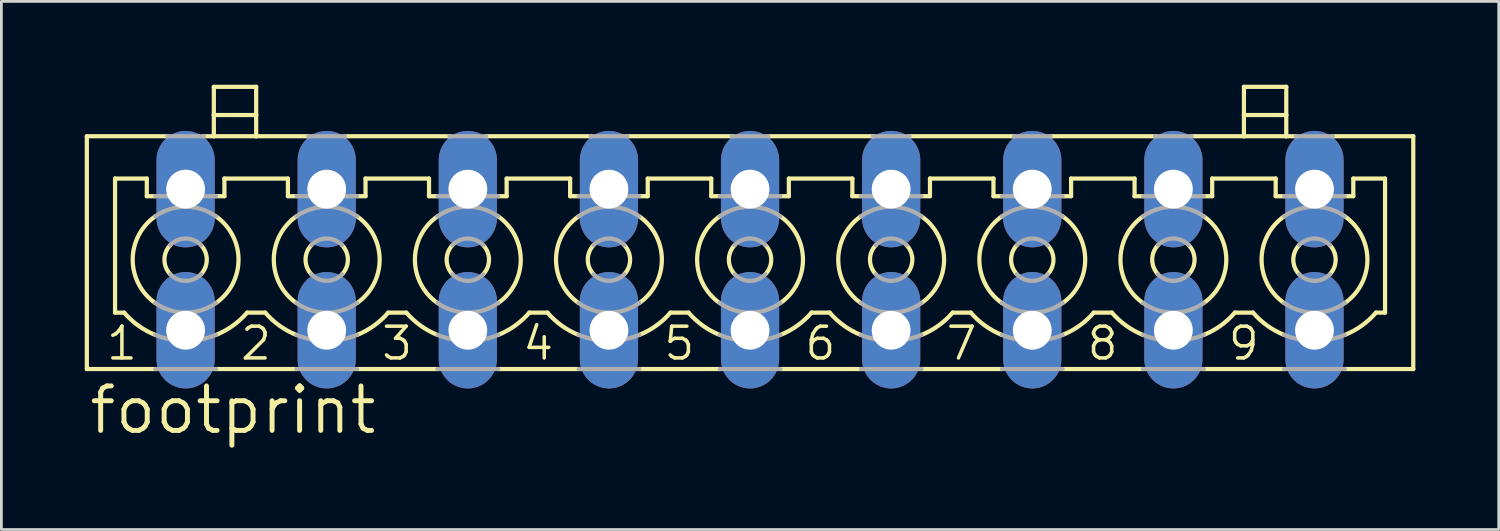
<source format=kicad_pcb>
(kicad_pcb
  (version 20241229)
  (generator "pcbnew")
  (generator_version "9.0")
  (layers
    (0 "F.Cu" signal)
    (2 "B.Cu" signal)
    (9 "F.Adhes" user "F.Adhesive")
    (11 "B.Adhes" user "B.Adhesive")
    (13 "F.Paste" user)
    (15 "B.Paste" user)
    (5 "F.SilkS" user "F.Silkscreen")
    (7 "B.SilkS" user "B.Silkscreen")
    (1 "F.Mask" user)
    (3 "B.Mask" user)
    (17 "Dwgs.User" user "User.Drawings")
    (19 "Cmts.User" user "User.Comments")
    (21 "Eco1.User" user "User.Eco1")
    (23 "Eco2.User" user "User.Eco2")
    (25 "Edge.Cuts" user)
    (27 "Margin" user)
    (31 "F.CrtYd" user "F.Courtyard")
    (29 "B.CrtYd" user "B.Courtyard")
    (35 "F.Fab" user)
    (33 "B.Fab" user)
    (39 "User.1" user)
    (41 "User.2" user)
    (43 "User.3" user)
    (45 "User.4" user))
  (footprint "footprint"
    (layer "F.Cu")
    (at 23.952 6.299)
    (property "Reference" "footprint" (at -23.876 6.35 0) (layer "F.SilkS") (effects (font (size 1.6 1.6) (thickness 0.178)) (justify left bottom)))
    (fp_line (start -23.876 -4.445) (end -23.876 3.937) (stroke (width 0.152) (type solid)) (layer "F.SilkS"))
    (fp_line (start -23.876 -4.445) (end -20.98 -4.445) (stroke (width 0.152) (type solid)) (layer "F.SilkS"))
    (fp_line (start -23.876 3.937) (end -21.412 3.937) (stroke (width 0.152) (type solid)) (layer "F.SilkS"))
    (fp_line (start -22.86 -2.921) (end -22.86 1.905) (stroke (width 0.152) (type solid)) (layer "F.SilkS"))
    (fp_line (start -22.86 -2.921) (end -21.717 -2.921) (stroke (width 0.152) (type solid)) (layer "F.SilkS"))
    (fp_line (start -22.86 1.905) (end -22.534 1.905) (stroke (width 0.152) (type solid)) (layer "F.SilkS"))
    (fp_line (start -21.717 -2.286) (end -21.717 -2.921) (stroke (width 0.152) (type solid)) (layer "F.SilkS"))
    (fp_line (start -21.717 -2.286) (end -21.412 -2.286) (stroke (width 0.152) (type solid)) (layer "F.SilkS"))
    (fp_line (start -19.66 -4.445) (end -19.304 -4.445) (stroke (width 0.152) (type solid)) (layer "F.SilkS"))
    (fp_line (start -19.304 -5.207) (end -19.304 -6.223) (stroke (width 0.152) (type solid)) (layer "F.SilkS"))
    (fp_line (start -19.304 -5.207) (end -17.78 -5.207) (stroke (width 0.152) (type solid)) (layer "F.SilkS"))
    (fp_line (start -19.304 -4.445) (end -19.304 -5.207) (stroke (width 0.152) (type solid)) (layer "F.SilkS"))
    (fp_line (start -19.304 -4.445) (end -17.78 -4.445) (stroke (width 0.152) (type solid)) (layer "F.SilkS"))
    (fp_line (start -19.228 -2.286) (end -18.923 -2.286) (stroke (width 0.152) (type solid)) (layer "F.SilkS"))
    (fp_line (start -19.228 3.937) (end -16.332 3.937) (stroke (width 0.152) (type solid)) (layer "F.SilkS"))
    (fp_line (start -18.923 -2.921) (end -16.637 -2.921) (stroke (width 0.152) (type solid)) (layer "F.SilkS"))
    (fp_line (start -18.923 -2.286) (end -18.923 -2.921) (stroke (width 0.152) (type solid)) (layer "F.SilkS"))
    (fp_line (start -18.106 1.905) (end -17.454 1.905) (stroke (width 0.152) (type solid)) (layer "F.SilkS"))
    (fp_line (start -17.78 -6.223) (end -19.304 -6.223) (stroke (width 0.152) (type solid)) (layer "F.SilkS"))
    (fp_line (start -17.78 -5.207) (end -17.78 -6.223) (stroke (width 0.152) (type solid)) (layer "F.SilkS"))
    (fp_line (start -17.78 -4.445) (end -17.78 -5.207) (stroke (width 0.152) (type solid)) (layer "F.SilkS"))
    (fp_line (start -17.78 -4.445) (end -15.9 -4.445) (stroke (width 0.152) (type solid)) (layer "F.SilkS"))
    (fp_line (start -16.637 -2.286) (end -16.637 -2.921) (stroke (width 0.152) (type solid)) (layer "F.SilkS"))
    (fp_line (start -16.637 -2.286) (end -16.332 -2.286) (stroke (width 0.152) (type solid)) (layer "F.SilkS"))
    (fp_line (start -14.58 -4.445) (end -10.795 -4.445) (stroke (width 0.152) (type solid)) (layer "F.SilkS"))
    (fp_line (start -14.148 -2.286) (end -13.843 -2.286) (stroke (width 0.152) (type solid)) (layer "F.SilkS"))
    (fp_line (start -14.148 3.937) (end -11.252 3.937) (stroke (width 0.152) (type solid)) (layer "F.SilkS"))
    (fp_line (start -13.843 -2.921) (end -11.557 -2.921) (stroke (width 0.152) (type solid)) (layer "F.SilkS"))
    (fp_line (start -13.843 -2.286) (end -13.843 -2.921) (stroke (width 0.152) (type solid)) (layer "F.SilkS"))
    (fp_line (start -13.026 1.905) (end -12.374 1.905) (stroke (width 0.152) (type solid)) (layer "F.SilkS"))
    (fp_line (start -11.557 -2.286) (end -11.557 -2.921) (stroke (width 0.152) (type solid)) (layer "F.SilkS"))
    (fp_line (start -11.557 -2.286) (end -11.252 -2.286) (stroke (width 0.152) (type solid)) (layer "F.SilkS"))
    (fp_line (start -9.5 -4.445) (end -5.715 -4.445) (stroke (width 0.152) (type solid)) (layer "F.SilkS"))
    (fp_line (start -9.068 -2.286) (end -8.763 -2.286) (stroke (width 0.152) (type solid)) (layer "F.SilkS"))
    (fp_line (start -9.068 3.937) (end -6.172 3.937) (stroke (width 0.152) (type solid)) (layer "F.SilkS"))
    (fp_line (start -8.763 -2.921) (end -6.477 -2.921) (stroke (width 0.152) (type solid)) (layer "F.SilkS"))
    (fp_line (start -8.763 -2.286) (end -8.763 -2.921) (stroke (width 0.152) (type solid)) (layer "F.SilkS"))
    (fp_line (start -7.946 1.905) (end -7.294 1.905) (stroke (width 0.152) (type solid)) (layer "F.SilkS"))
    (fp_line (start -6.477 -2.286) (end -6.477 -2.921) (stroke (width 0.152) (type solid)) (layer "F.SilkS"))
    (fp_line (start -6.477 -2.286) (end -6.172 -2.286) (stroke (width 0.152) (type solid)) (layer "F.SilkS"))
    (fp_line (start -4.42 -4.445) (end -0.635 -4.445) (stroke (width 0.152) (type solid)) (layer "F.SilkS"))
    (fp_line (start -3.988 -2.286) (end -3.683 -2.286) (stroke (width 0.152) (type solid)) (layer "F.SilkS"))
    (fp_line (start -3.988 3.937) (end -1.092 3.937) (stroke (width 0.152) (type solid)) (layer "F.SilkS"))
    (fp_line (start -3.683 -2.921) (end -1.397 -2.921) (stroke (width 0.152) (type solid)) (layer "F.SilkS"))
    (fp_line (start -3.683 -2.286) (end -3.683 -2.921) (stroke (width 0.152) (type solid)) (layer "F.SilkS"))
    (fp_line (start -2.866 1.905) (end -2.214 1.905) (stroke (width 0.152) (type solid)) (layer "F.SilkS"))
    (fp_line (start -1.397 -2.286) (end -1.397 -2.921) (stroke (width 0.152) (type solid)) (layer "F.SilkS"))
    (fp_line (start -1.397 -2.286) (end -1.092 -2.286) (stroke (width 0.152) (type solid)) (layer "F.SilkS"))
    (fp_line (start 0.66 -4.445) (end 4.445 -4.445) (stroke (width 0.152) (type solid)) (layer "F.SilkS"))
    (fp_line (start 1.092 -2.286) (end 1.397 -2.286) (stroke (width 0.152) (type solid)) (layer "F.SilkS"))
    (fp_line (start 1.092 3.937) (end 3.988 3.937) (stroke (width 0.152) (type solid)) (layer "F.SilkS"))
    (fp_line (start 1.397 -2.921) (end 3.683 -2.921) (stroke (width 0.152) (type solid)) (layer "F.SilkS"))
    (fp_line (start 1.397 -2.286) (end 1.397 -2.921) (stroke (width 0.152) (type solid)) (layer "F.SilkS"))
    (fp_line (start 2.214 1.905) (end 2.866 1.905) (stroke (width 0.152) (type solid)) (layer "F.SilkS"))
    (fp_line (start 3.683 -2.286) (end 3.683 -2.921) (stroke (width 0.152) (type solid)) (layer "F.SilkS"))
    (fp_line (start 3.683 -2.286) (end 3.988 -2.286) (stroke (width 0.152) (type solid)) (layer "F.SilkS"))
    (fp_line (start 5.74 -4.445) (end 9.525 -4.445) (stroke (width 0.152) (type solid)) (layer "F.SilkS"))
    (fp_line (start 6.172 -2.286) (end 6.477 -2.286) (stroke (width 0.152) (type solid)) (layer "F.SilkS"))
    (fp_line (start 6.172 3.937) (end 9.068 3.937) (stroke (width 0.152) (type solid)) (layer "F.SilkS"))
    (fp_line (start 6.477 -2.921) (end 8.763 -2.921) (stroke (width 0.152) (type solid)) (layer "F.SilkS"))
    (fp_line (start 6.477 -2.286) (end 6.477 -2.921) (stroke (width 0.152) (type solid)) (layer "F.SilkS"))
    (fp_line (start 7.294 1.905) (end 7.946 1.905) (stroke (width 0.152) (type solid)) (layer "F.SilkS"))
    (fp_line (start 8.763 -2.286) (end 8.763 -2.921) (stroke (width 0.152) (type solid)) (layer "F.SilkS"))
    (fp_line (start 8.763 -2.286) (end 9.068 -2.286) (stroke (width 0.152) (type solid)) (layer "F.SilkS"))
    (fp_line (start 10.82 -4.445) (end 14.605 -4.445) (stroke (width 0.152) (type solid)) (layer "F.SilkS"))
    (fp_line (start 11.252 -2.286) (end 11.557 -2.286) (stroke (width 0.152) (type solid)) (layer "F.SilkS"))
    (fp_line (start 11.252 3.937) (end 14.148 3.937) (stroke (width 0.152) (type solid)) (layer "F.SilkS"))
    (fp_line (start 11.557 -2.921) (end 13.843 -2.921) (stroke (width 0.152) (type solid)) (layer "F.SilkS"))
    (fp_line (start 11.557 -2.286) (end 11.557 -2.921) (stroke (width 0.152) (type solid)) (layer "F.SilkS"))
    (fp_line (start 12.374 1.905) (end 13.026 1.905) (stroke (width 0.152) (type solid)) (layer "F.SilkS"))
    (fp_line (start 13.843 -2.286) (end 13.843 -2.921) (stroke (width 0.152) (type solid)) (layer "F.SilkS"))
    (fp_line (start 13.843 -2.286) (end 14.148 -2.286) (stroke (width 0.152) (type solid)) (layer "F.SilkS"))
    (fp_line (start 15.9 -4.445) (end 17.78 -4.445) (stroke (width 0.152) (type solid)) (layer "F.SilkS"))
    (fp_line (start 16.332 -2.286) (end 16.637 -2.286) (stroke (width 0.152) (type solid)) (layer "F.SilkS"))
    (fp_line (start 16.332 3.937) (end 19.228 3.937) (stroke (width 0.152) (type solid)) (layer "F.SilkS"))
    (fp_line (start 16.637 -2.921) (end 18.923 -2.921) (stroke (width 0.152) (type solid)) (layer "F.SilkS"))
    (fp_line (start 16.637 -2.286) (end 16.637 -2.921) (stroke (width 0.152) (type solid)) (layer "F.SilkS"))
    (fp_line (start 17.454 1.905) (end 18.106 1.905) (stroke (width 0.152) (type solid)) (layer "F.SilkS"))
    (fp_line (start 17.78 -5.207) (end 17.78 -6.223) (stroke (width 0.152) (type solid)) (layer "F.SilkS"))
    (fp_line (start 17.78 -5.207) (end 19.304 -5.207) (stroke (width 0.152) (type solid)) (layer "F.SilkS"))
    (fp_line (start 17.78 -4.445) (end 17.78 -5.207) (stroke (width 0.152) (type solid)) (layer "F.SilkS"))
    (fp_line (start 17.78 -4.445) (end 19.304 -4.445) (stroke (width 0.152) (type solid)) (layer "F.SilkS"))
    (fp_line (start 18.923 -2.286) (end 18.923 -2.921) (stroke (width 0.152) (type solid)) (layer "F.SilkS"))
    (fp_line (start 18.923 -2.286) (end 19.228 -2.286) (stroke (width 0.152) (type solid)) (layer "F.SilkS"))
    (fp_line (start 19.304 -6.223) (end 17.78 -6.223) (stroke (width 0.152) (type solid)) (layer "F.SilkS"))
    (fp_line (start 19.304 -5.207) (end 19.304 -6.223) (stroke (width 0.152) (type solid)) (layer "F.SilkS"))
    (fp_line (start 19.304 -4.445) (end 19.304 -5.207) (stroke (width 0.152) (type solid)) (layer "F.SilkS"))
    (fp_line (start 19.304 -4.445) (end 19.66 -4.445) (stroke (width 0.152) (type solid)) (layer "F.SilkS"))
    (fp_line (start 20.98 -4.445) (end 23.876 -4.445) (stroke (width 0.152) (type solid)) (layer "F.SilkS"))
    (fp_line (start 21.412 -2.286) (end 21.717 -2.286) (stroke (width 0.152) (type solid)) (layer "F.SilkS"))
    (fp_line (start 21.412 3.937) (end 23.876 3.937) (stroke (width 0.152) (type solid)) (layer "F.SilkS"))
    (fp_line (start 21.717 -2.921) (end 22.86 -2.921) (stroke (width 0.152) (type solid)) (layer "F.SilkS"))
    (fp_line (start 21.717 -2.286) (end 21.717 -2.921) (stroke (width 0.152) (type solid)) (layer "F.SilkS"))
    (fp_line (start 22.534 1.905) (end 22.86 1.905) (stroke (width 0.152) (type solid)) (layer "F.SilkS"))
    (fp_line (start 22.86 1.905) (end 22.86 -2.921) (stroke (width 0.152) (type solid)) (layer "F.SilkS"))
    (fp_line (start 23.876 -4.445) (end 23.876 3.937) (stroke (width 0.152) (type solid)) (layer "F.SilkS"))
    (fp_arc (start -21.412199 1.560801) (mid -22.224993 0.000001) (end -21.4122 -1.5608) (stroke (width 0.1524) (type solid)) (layer "F.SilkS"))
    (fp_arc (start -21.4118 2.7092) (mid -22.021094 2.374351) (end -22.534 1.905) (stroke (width 0.1524) (type solid)) (layer "F.SilkS"))
    (fp_arc (start -20.8714 0.526) (mid -21.082049 0) (end -20.8714 -0.526) (stroke (width 0.1524) (type solid)) (layer "F.SilkS"))
    (fp_arc (start -19.768599 -0.525999) (mid -19.557951 0.000001) (end -19.7686 0.526) (stroke (width 0.1524) (type solid)) (layer "F.SilkS"))
    (fp_arc (start -19.2278 -1.5608) (mid -18.415007 0) (end -19.2278 1.5608) (stroke (width 0.1524) (type solid)) (layer "F.SilkS"))
    (fp_arc (start -18.1055 1.9051) (mid -18.618459 2.374412) (end -19.2278 2.7092) (stroke (width 0.1524) (type solid)) (layer "F.SilkS"))
    (fp_arc (start -16.332199 1.560801) (mid -17.144993 0.000001) (end -16.3322 -1.5608) (stroke (width 0.1524) (type solid)) (layer "F.SilkS"))
    (fp_arc (start -16.3318 2.7092) (mid -16.941094 2.374351) (end -17.454 1.905) (stroke (width 0.1524) (type solid)) (layer "F.SilkS"))
    (fp_arc (start -15.7914 0.526) (mid -16.002049 0) (end -15.7914 -0.526) (stroke (width 0.1524) (type solid)) (layer "F.SilkS"))
    (fp_arc (start -14.688599 -0.525999) (mid -14.477951 0.000001) (end -14.6886 0.526) (stroke (width 0.1524) (type solid)) (layer "F.SilkS"))
    (fp_arc (start -14.1478 -1.5608) (mid -13.335007 0) (end -14.1478 1.5608) (stroke (width 0.1524) (type solid)) (layer "F.SilkS"))
    (fp_arc (start -13.0255 1.9051) (mid -13.538459 2.374412) (end -14.1478 2.7092) (stroke (width 0.1524) (type solid)) (layer "F.SilkS"))
    (fp_arc (start -11.252199 1.560801) (mid -12.064993 0.000001) (end -11.2522 -1.5608) (stroke (width 0.1524) (type solid)) (layer "F.SilkS"))
    (fp_arc (start -11.2518 2.7092) (mid -11.861094 2.374351) (end -12.374 1.905) (stroke (width 0.1524) (type solid)) (layer "F.SilkS"))
    (fp_arc (start -10.7114 0.526) (mid -10.922049 0) (end -10.7114 -0.526) (stroke (width 0.1524) (type solid)) (layer "F.SilkS"))
    (fp_arc (start -9.608599 -0.525999) (mid -9.397951 0.000001) (end -9.6086 0.526) (stroke (width 0.1524) (type solid)) (layer "F.SilkS"))
    (fp_arc (start -9.0678 -1.5608) (mid -8.255007 0) (end -9.0678 1.5608) (stroke (width 0.1524) (type solid)) (layer "F.SilkS"))
    (fp_arc (start -7.9455 1.9051) (mid -8.458459 2.374412) (end -9.0678 2.7092) (stroke (width 0.1524) (type solid)) (layer "F.SilkS"))
    (fp_arc (start -6.172199 1.560801) (mid -6.984993 0.000001) (end -6.1722 -1.5608) (stroke (width 0.1524) (type solid)) (layer "F.SilkS"))
    (fp_arc (start -6.1718 2.7092) (mid -6.781094 2.374351) (end -7.294 1.905) (stroke (width 0.1524) (type solid)) (layer "F.SilkS"))
    (fp_arc (start -5.6314 0.526) (mid -5.842049 0) (end -5.6314 -0.526) (stroke (width 0.1524) (type solid)) (layer "F.SilkS"))
    (fp_arc (start -4.528599 -0.525999) (mid -4.317951 0.000001) (end -4.5286 0.526) (stroke (width 0.1524) (type solid)) (layer "F.SilkS"))
    (fp_arc (start -3.9878 -1.5608) (mid -3.175007 0) (end -3.9878 1.5608) (stroke (width 0.1524) (type solid)) (layer "F.SilkS"))
    (fp_arc (start -2.8655 1.9051) (mid -3.378459 2.374412) (end -3.9878 2.7092) (stroke (width 0.1524) (type solid)) (layer "F.SilkS"))
    (fp_arc (start -1.0922 1.5608) (mid -1.904993 0) (end -1.0922 -1.5608) (stroke (width 0.1524) (type solid)) (layer "F.SilkS"))
    (fp_arc (start -1.0918 2.7092) (mid -1.701094 2.374351) (end -2.214 1.905) (stroke (width 0.1524) (type solid)) (layer "F.SilkS"))
    (fp_arc (start -0.5514 0.526) (mid -0.762049 0) (end -0.5514 -0.526) (stroke (width 0.1524) (type solid)) (layer "F.SilkS"))
    (fp_arc (start 0.5514 -0.526) (mid 0.762049 0) (end 0.5514 0.526) (stroke (width 0.1524) (type solid)) (layer "F.SilkS"))
    (fp_arc (start 1.0922 -1.5608) (mid 1.904993 0) (end 1.0922 1.5608) (stroke (width 0.1524) (type solid)) (layer "F.SilkS"))
    (fp_arc (start 2.214 1.905) (mid 1.701094 2.374351) (end 1.0918 2.7092) (stroke (width 0.1524) (type solid)) (layer "F.SilkS"))
    (fp_arc (start 3.9878 1.5608) (mid 3.175007 0) (end 3.9878 -1.5608) (stroke (width 0.1524) (type solid)) (layer "F.SilkS"))
    (fp_arc (start 3.9882 2.709) (mid 3.378916 2.374254) (end 2.866 1.905) (stroke (width 0.1524) (type solid)) (layer "F.SilkS"))
    (fp_arc (start 4.528599 0.525999) (mid 4.317951 -0.000001) (end 4.5286 -0.526) (stroke (width 0.1524) (type solid)) (layer "F.SilkS"))
    (fp_arc (start 5.6314 -0.526) (mid 5.842049 0) (end 5.6314 0.526) (stroke (width 0.1524) (type solid)) (layer "F.SilkS"))
    (fp_arc (start 6.172199 -1.560801) (mid 6.984993 -0.000001) (end 6.1722 1.5608) (stroke (width 0.1524) (type solid)) (layer "F.SilkS"))
    (fp_arc (start 7.294 1.905) (mid 6.781094 2.374351) (end 6.1718 2.7092) (stroke (width 0.1524) (type solid)) (layer "F.SilkS"))
    (fp_arc (start 9.0678 1.5608) (mid 8.255007 0) (end 9.0678 -1.5608) (stroke (width 0.1524) (type solid)) (layer "F.SilkS"))
    (fp_arc (start 9.0682 2.709) (mid 8.458916 2.374254) (end 7.946 1.905) (stroke (width 0.1524) (type solid)) (layer "F.SilkS"))
    (fp_arc (start 9.608599 0.525999) (mid 9.397951 -0.000001) (end 9.6086 -0.526) (stroke (width 0.1524) (type solid)) (layer "F.SilkS"))
    (fp_arc (start 10.7114 -0.526) (mid 10.922049 0) (end 10.7114 0.526) (stroke (width 0.1524) (type solid)) (layer "F.SilkS"))
    (fp_arc (start 11.252199 -1.560801) (mid 12.064993 -0.000001) (end 11.2522 1.5608) (stroke (width 0.1524) (type solid)) (layer "F.SilkS"))
    (fp_arc (start 12.374 1.905) (mid 11.861094 2.374351) (end 11.2518 2.7092) (stroke (width 0.1524) (type solid)) (layer "F.SilkS"))
    (fp_arc (start 14.1478 1.5608) (mid 13.335007 0) (end 14.1478 -1.5608) (stroke (width 0.1524) (type solid)) (layer "F.SilkS"))
    (fp_arc (start 14.1482 2.709) (mid 13.538916 2.374254) (end 13.026 1.905) (stroke (width 0.1524) (type solid)) (layer "F.SilkS"))
    (fp_arc (start 14.688599 0.525999) (mid 14.477951 -0.000001) (end 14.6886 -0.526) (stroke (width 0.1524) (type solid)) (layer "F.SilkS"))
    (fp_arc (start 15.7914 -0.526) (mid 16.002049 0) (end 15.7914 0.526) (stroke (width 0.1524) (type solid)) (layer "F.SilkS"))
    (fp_arc (start 16.332199 -1.560801) (mid 17.144993 -0.000001) (end 16.3322 1.5608) (stroke (width 0.1524) (type solid)) (layer "F.SilkS"))
    (fp_arc (start 17.454 1.905) (mid 16.941094 2.374351) (end 16.3318 2.7092) (stroke (width 0.1524) (type solid)) (layer "F.SilkS"))
    (fp_arc (start 19.2278 1.5608) (mid 18.415007 0) (end 19.2278 -1.5608) (stroke (width 0.1524) (type solid)) (layer "F.SilkS"))
    (fp_arc (start 19.2282 2.709) (mid 18.618916 2.374254) (end 18.106 1.905) (stroke (width 0.1524) (type solid)) (layer "F.SilkS"))
    (fp_arc (start 19.768599 0.525999) (mid 19.557951 -0.000001) (end 19.7686 -0.526) (stroke (width 0.1524) (type solid)) (layer "F.SilkS"))
    (fp_arc (start 20.8714 -0.526) (mid 21.082049 0) (end 20.8714 0.526) (stroke (width 0.1524) (type solid)) (layer "F.SilkS"))
    (fp_arc (start 21.412199 -1.560801) (mid 22.224993 -0.000001) (end 21.4122 1.5608) (stroke (width 0.1524) (type solid)) (layer "F.SilkS"))
    (fp_arc (start 22.534 1.905) (mid 22.021094 2.374351) (end 21.4118 2.7092) (stroke (width 0.1524) (type solid)) (layer "F.SilkS"))
    (fp_line (start -21.412 -2.286) (end -19.228 -2.286) (stroke (width 0.152) (type solid)) (layer "F.Fab"))
    (fp_line (start -21.412 3.937) (end -19.228 3.937) (stroke (width 0.152) (type solid)) (layer "F.Fab"))
    (fp_line (start -20.98 -4.445) (end -19.66 -4.445) (stroke (width 0.152) (type solid)) (layer "F.Fab"))
    (fp_line (start -16.332 -2.286) (end -14.148 -2.286) (stroke (width 0.152) (type solid)) (layer "F.Fab"))
    (fp_line (start -16.332 3.937) (end -14.148 3.937) (stroke (width 0.152) (type solid)) (layer "F.Fab"))
    (fp_line (start -15.9 -4.445) (end -14.58 -4.445) (stroke (width 0.152) (type solid)) (layer "F.Fab"))
    (fp_line (start -11.252 -2.286) (end -9.068 -2.286) (stroke (width 0.152) (type solid)) (layer "F.Fab"))
    (fp_line (start -11.252 3.937) (end -9.068 3.937) (stroke (width 0.152) (type solid)) (layer "F.Fab"))
    (fp_line (start -10.82 -4.445) (end -9.5 -4.445) (stroke (width 0.152) (type solid)) (layer "F.Fab"))
    (fp_line (start -6.172 -2.286) (end -3.988 -2.286) (stroke (width 0.152) (type solid)) (layer "F.Fab"))
    (fp_line (start -6.172 3.937) (end -3.988 3.937) (stroke (width 0.152) (type solid)) (layer "F.Fab"))
    (fp_line (start -5.74 -4.445) (end -4.42 -4.445) (stroke (width 0.152) (type solid)) (layer "F.Fab"))
    (fp_line (start -1.092 -2.286) (end 1.092 -2.286) (stroke (width 0.152) (type solid)) (layer "F.Fab"))
    (fp_line (start -1.092 3.937) (end 1.092 3.937) (stroke (width 0.152) (type solid)) (layer "F.Fab"))
    (fp_line (start -0.66 -4.445) (end 0.66 -4.445) (stroke (width 0.152) (type solid)) (layer "F.Fab"))
    (fp_line (start 3.988 -2.286) (end 6.172 -2.286) (stroke (width 0.152) (type solid)) (layer "F.Fab"))
    (fp_line (start 3.988 3.937) (end 6.172 3.937) (stroke (width 0.152) (type solid)) (layer "F.Fab"))
    (fp_line (start 4.42 -4.445) (end 5.74 -4.445) (stroke (width 0.152) (type solid)) (layer "F.Fab"))
    (fp_line (start 9.068 -2.286) (end 11.252 -2.286) (stroke (width 0.152) (type solid)) (layer "F.Fab"))
    (fp_line (start 9.068 3.937) (end 11.252 3.937) (stroke (width 0.152) (type solid)) (layer "F.Fab"))
    (fp_line (start 9.5 -4.445) (end 10.82 -4.445) (stroke (width 0.152) (type solid)) (layer "F.Fab"))
    (fp_line (start 14.148 -2.286) (end 16.332 -2.286) (stroke (width 0.152) (type solid)) (layer "F.Fab"))
    (fp_line (start 14.148 3.937) (end 16.332 3.937) (stroke (width 0.152) (type solid)) (layer "F.Fab"))
    (fp_line (start 14.58 -4.445) (end 15.9 -4.445) (stroke (width 0.152) (type solid)) (layer "F.Fab"))
    (fp_line (start 19.228 -2.286) (end 21.412 -2.286) (stroke (width 0.152) (type solid)) (layer "F.Fab"))
    (fp_line (start 19.228 3.937) (end 21.412 3.937) (stroke (width 0.152) (type solid)) (layer "F.Fab"))
    (fp_line (start 19.66 -4.445) (end 20.98 -4.445) (stroke (width 0.152) (type solid)) (layer "F.Fab"))
    (fp_arc (start -21.4122 -1.5608) (mid -20.32 -1.904993) (end -19.2278 -1.5608) (stroke (width 0.1524) (type solid)) (layer "F.Fab"))
    (fp_arc (start -20.8714 -0.526) (mid -20.32 -0.762049) (end -19.7686 -0.526) (stroke (width 0.1524) (type solid)) (layer "F.Fab"))
    (fp_arc (start -19.7686 0.526) (mid -20.32 0.762049) (end -20.8714 0.526) (stroke (width 0.1524) (type solid)) (layer "F.Fab"))
    (fp_arc (start -19.2278 1.5608) (mid -20.32 1.904993) (end -21.4122 1.5608) (stroke (width 0.1524) (type solid)) (layer "F.Fab"))
    (fp_arc (start -19.2278 2.7092) (mid -20.32 2.921073) (end -21.4122 2.7092) (stroke (width 0.1524) (type solid)) (layer "F.Fab"))
    (fp_arc (start -16.3322 -1.5608) (mid -15.24 -1.904993) (end -14.1478 -1.5608) (stroke (width 0.1524) (type solid)) (layer "F.Fab"))
    (fp_arc (start -15.7914 -0.526) (mid -15.24 -0.762049) (end -14.6886 -0.526) (stroke (width 0.1524) (type solid)) (layer "F.Fab"))
    (fp_arc (start -14.6886 0.526) (mid -15.24 0.762049) (end -15.7914 0.526) (stroke (width 0.1524) (type solid)) (layer "F.Fab"))
    (fp_arc (start -14.1478 1.5608) (mid -15.24 1.904993) (end -16.3322 1.5608) (stroke (width 0.1524) (type solid)) (layer "F.Fab"))
    (fp_arc (start -14.1478 2.7092) (mid -15.24 2.921073) (end -16.3322 2.7092) (stroke (width 0.1524) (type solid)) (layer "F.Fab"))
    (fp_arc (start -11.2522 -1.5608) (mid -10.16 -1.904993) (end -9.0678 -1.5608) (stroke (width 0.1524) (type solid)) (layer "F.Fab"))
    (fp_arc (start -10.7114 -0.526) (mid -10.16 -0.762049) (end -9.6086 -0.526) (stroke (width 0.1524) (type solid)) (layer "F.Fab"))
    (fp_arc (start -9.6086 0.526) (mid -10.16 0.762049) (end -10.7114 0.526) (stroke (width 0.1524) (type solid)) (layer "F.Fab"))
    (fp_arc (start -9.0678 1.5608) (mid -10.16 1.904993) (end -11.2522 1.5608) (stroke (width 0.1524) (type solid)) (layer "F.Fab"))
    (fp_arc (start -9.0678 2.7092) (mid -10.16 2.921073) (end -11.2522 2.7092) (stroke (width 0.1524) (type solid)) (layer "F.Fab"))
    (fp_arc (start -6.1722 -1.5608) (mid -5.08 -1.904993) (end -3.9878 -1.5608) (stroke (width 0.1524) (type solid)) (layer "F.Fab"))
    (fp_arc (start -5.6314 -0.526) (mid -5.08 -0.762049) (end -4.5286 -0.526) (stroke (width 0.1524) (type solid)) (layer "F.Fab"))
    (fp_arc (start -4.5286 0.526) (mid -5.08 0.762049) (end -5.6314 0.526) (stroke (width 0.1524) (type solid)) (layer "F.Fab"))
    (fp_arc (start -3.9878 1.5608) (mid -5.08 1.904993) (end -6.1722 1.5608) (stroke (width 0.1524) (type solid)) (layer "F.Fab"))
    (fp_arc (start -3.9878 2.7092) (mid -5.08 2.921073) (end -6.1722 2.7092) (stroke (width 0.1524) (type solid)) (layer "F.Fab"))
    (fp_arc (start -1.0922 -1.5608) (mid 0 -1.904993) (end 1.0922 -1.5608) (stroke (width 0.1524) (type solid)) (layer "F.Fab"))
    (fp_arc (start -0.5514 -0.526) (mid 0 -0.762049) (end 0.5514 -0.526) (stroke (width 0.1524) (type solid)) (layer "F.Fab"))
    (fp_arc (start 0.5514 0.526) (mid 0 0.762049) (end -0.5514 0.526) (stroke (width 0.1524) (type solid)) (layer "F.Fab"))
    (fp_arc (start 1.0922 1.5608) (mid 0 1.904993) (end -1.0922 1.5608) (stroke (width 0.1524) (type solid)) (layer "F.Fab"))
    (fp_arc (start 1.0922 2.7092) (mid 0 2.921073) (end -1.0922 2.7092) (stroke (width 0.1524) (type solid)) (layer "F.Fab"))
    (fp_arc (start 3.9878 -1.5608) (mid 5.08 -1.904993) (end 6.1722 -1.5608) (stroke (width 0.1524) (type solid)) (layer "F.Fab"))
    (fp_arc (start 4.5286 -0.526) (mid 5.08 -0.762049) (end 5.6314 -0.526) (stroke (width 0.1524) (type solid)) (layer "F.Fab"))
    (fp_arc (start 5.6314 0.526) (mid 5.08 0.762049) (end 4.5286 0.526) (stroke (width 0.1524) (type solid)) (layer "F.Fab"))
    (fp_arc (start 6.1722 1.5608) (mid 5.08 1.904993) (end 3.9878 1.5608) (stroke (width 0.1524) (type solid)) (layer "F.Fab"))
    (fp_arc (start 6.1722 2.7092) (mid 5.08 2.921073) (end 3.9878 2.7092) (stroke (width 0.1524) (type solid)) (layer "F.Fab"))
    (fp_arc (start 9.0678 -1.5608) (mid 10.16 -1.904993) (end 11.2522 -1.5608) (stroke (width 0.1524) (type solid)) (layer "F.Fab"))
    (fp_arc (start 9.6086 -0.526) (mid 10.16 -0.762049) (end 10.7114 -0.526) (stroke (width 0.1524) (type solid)) (layer "F.Fab"))
    (fp_arc (start 10.7114 0.526) (mid 10.16 0.762049) (end 9.6086 0.526) (stroke (width 0.1524) (type solid)) (layer "F.Fab"))
    (fp_arc (start 11.2522 1.5608) (mid 10.16 1.904993) (end 9.0678 1.5608) (stroke (width 0.1524) (type solid)) (layer "F.Fab"))
    (fp_arc (start 11.2522 2.7092) (mid 10.16 2.921073) (end 9.0678 2.7092) (stroke (width 0.1524) (type solid)) (layer "F.Fab"))
    (fp_arc (start 14.1478 -1.5608) (mid 15.24 -1.904993) (end 16.3322 -1.5608) (stroke (width 0.1524) (type solid)) (layer "F.Fab"))
    (fp_arc (start 14.6886 -0.526) (mid 15.24 -0.762049) (end 15.7914 -0.526) (stroke (width 0.1524) (type solid)) (layer "F.Fab"))
    (fp_arc (start 15.7914 0.526) (mid 15.24 0.762049) (end 14.6886 0.526) (stroke (width 0.1524) (type solid)) (layer "F.Fab"))
    (fp_arc (start 16.3322 1.5608) (mid 15.24 1.904993) (end 14.1478 1.5608) (stroke (width 0.1524) (type solid)) (layer "F.Fab"))
    (fp_arc (start 16.3322 2.7092) (mid 15.24 2.921073) (end 14.1478 2.7092) (stroke (width 0.1524) (type solid)) (layer "F.Fab"))
    (fp_arc (start 19.2278 -1.5608) (mid 20.32 -1.904993) (end 21.4122 -1.5608) (stroke (width 0.1524) (type solid)) (layer "F.Fab"))
    (fp_arc (start 19.7686 -0.526) (mid 20.32 -0.762049) (end 20.8714 -0.526) (stroke (width 0.1524) (type solid)) (layer "F.Fab"))
    (fp_arc (start 20.8714 0.526) (mid 20.32 0.762049) (end 19.7686 0.526) (stroke (width 0.1524) (type solid)) (layer "F.Fab"))
    (fp_arc (start 21.4122 1.5608) (mid 20.32 1.904993) (end 19.2278 1.5608) (stroke (width 0.1524) (type solid)) (layer "F.Fab"))
    (fp_arc (start 21.4122 2.7092) (mid 20.32 2.921073) (end 19.2278 2.7092) (stroke (width 0.1524) (type solid)) (layer "F.Fab"))
    (fp_text user "8" (at 12.065 3.683 0) (layer "F.SilkS") (effects (font (size 1.143 1.143) (thickness 0.127)) (justify left bottom)))
    (fp_text user "4" (at -8.255 3.683 0) (layer "F.SilkS") (effects (font (size 1.143 1.143) (thickness 0.127)) (justify left bottom)))
    (fp_text user "6" (at 1.905 3.683 0) (layer "F.SilkS") (effects (font (size 1.143 1.143) (thickness 0.127)) (justify left bottom)))
    (fp_text user "1" (at -23.241 3.683 0) (layer "F.SilkS") (effects (font (size 1.143 1.143) (thickness 0.127)) (justify left bottom)))
    (fp_text user "7" (at 6.985 3.683 0) (layer "F.SilkS") (effects (font (size 1.143 1.143) (thickness 0.127)) (justify left bottom)))
    (fp_text user "3" (at -13.335 3.683 0) (layer "F.SilkS") (effects (font (size 1.143 1.143) (thickness 0.127)) (justify left bottom)))
    (fp_text user "5" (at -3.175 3.683 0) (layer "F.SilkS") (effects (font (size 1.143 1.143) (thickness 0.127)) (justify left bottom)))
    (fp_text user "2" (at -18.415 3.683 0) (layer "F.SilkS") (effects (font (size 1.143 1.143) (thickness 0.127)) (justify left bottom)))
    (fp_text user "9" (at 17.145 3.683 0) (layer "F.SilkS") (effects (font (size 1.143 1.143) (thickness 0.127)) (justify left bottom)))
    (pad "1" thru_hole oval (at -20.32 -2.54 90) (size 4.191 2.095) (drill 1.397) (layers "*.Cu" "*.Mask"))
    (pad "1A" thru_hole oval (at -20.32 2.54 90) (size 4.191 2.095) (drill 1.397) (layers "*.Cu" "*.Mask"))
    (pad "2" thru_hole oval (at -15.24 -2.54 90) (size 4.191 2.095) (drill 1.397) (layers "*.Cu" "*.Mask"))
    (pad "2A" thru_hole oval (at -15.24 2.54 90) (size 4.191 2.095) (drill 1.397) (layers "*.Cu" "*.Mask"))
    (pad "3" thru_hole oval (at -10.16 -2.54 90) (size 4.191 2.095) (drill 1.397) (layers "*.Cu" "*.Mask"))
    (pad "3A" thru_hole oval (at -10.16 2.54 90) (size 4.191 2.095) (drill 1.397) (layers "*.Cu" "*.Mask"))
    (pad "4" thru_hole oval (at -5.08 -2.54 90) (size 4.191 2.095) (drill 1.397) (layers "*.Cu" "*.Mask"))
    (pad "4A" thru_hole oval (at -5.08 2.54 90) (size 4.191 2.095) (drill 1.397) (layers "*.Cu" "*.Mask"))
    (pad "5" thru_hole oval (at 0 -2.54 90) (size 4.191 2.095) (drill 1.397) (layers "*.Cu" "*.Mask"))
    (pad "5A" thru_hole oval (at 0 2.54 90) (size 4.191 2.095) (drill 1.397) (layers "*.Cu" "*.Mask"))
    (pad "6" thru_hole oval (at 5.08 -2.54 90) (size 4.191 2.095) (drill 1.397) (layers "*.Cu" "*.Mask"))
    (pad "6A" thru_hole oval (at 5.08 2.54 90) (size 4.191 2.095) (drill 1.397) (layers "*.Cu" "*.Mask"))
    (pad "7" thru_hole oval (at 10.16 -2.54 90) (size 4.191 2.095) (drill 1.397) (layers "*.Cu" "*.Mask"))
    (pad "7A" thru_hole oval (at 10.16 2.54 90) (size 4.191 2.095) (drill 1.397) (layers "*.Cu" "*.Mask"))
    (pad "8" thru_hole oval (at 15.24 -2.54 90) (size 4.191 2.095) (drill 1.397) (layers "*.Cu" "*.Mask"))
    (pad "8A" thru_hole oval (at 15.24 2.54 90) (size 4.191 2.095) (drill 1.397) (layers "*.Cu" "*.Mask"))
    (pad "9" thru_hole oval (at 20.32 -2.54 90) (size 4.191 2.095) (drill 1.397) (layers "*.Cu" "*.Mask"))
    (pad "9A" thru_hole oval (at 20.32 2.54 90) (size 4.191 2.095) (drill 1.397) (layers "*.Cu" "*.Mask")))
  (gr_rect
    (start -3 -3)
    (end 50.904 16.012)
    (stroke (width 0.1) (type default))
    (fill no)
    (layer "Edge.Cuts")))
</source>
